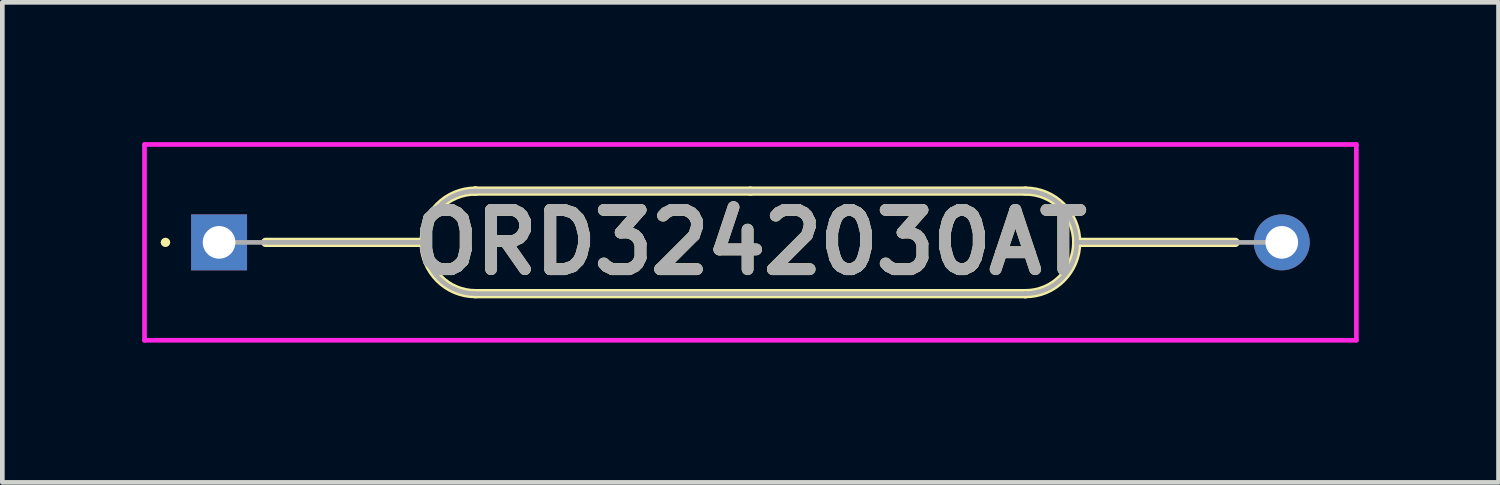
<source format=kicad_pcb>
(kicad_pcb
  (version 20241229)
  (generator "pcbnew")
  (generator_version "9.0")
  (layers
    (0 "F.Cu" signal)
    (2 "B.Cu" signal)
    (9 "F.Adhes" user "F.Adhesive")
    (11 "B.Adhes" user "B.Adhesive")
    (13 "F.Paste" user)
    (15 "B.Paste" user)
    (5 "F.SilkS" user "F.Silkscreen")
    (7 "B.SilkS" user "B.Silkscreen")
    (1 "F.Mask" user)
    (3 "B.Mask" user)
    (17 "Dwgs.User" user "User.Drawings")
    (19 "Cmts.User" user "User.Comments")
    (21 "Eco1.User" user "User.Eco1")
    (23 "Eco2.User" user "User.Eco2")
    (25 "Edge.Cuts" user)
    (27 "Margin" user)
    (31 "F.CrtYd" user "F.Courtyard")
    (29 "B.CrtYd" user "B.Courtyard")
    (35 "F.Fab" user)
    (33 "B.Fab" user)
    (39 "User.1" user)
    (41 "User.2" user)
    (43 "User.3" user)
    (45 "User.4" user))
  (footprint "ORD3242030AT"
    (layer "F.Cu")
    (at 1.65 2.15)
    (property "Reference" "ORD3242030AT" (at 11.4 0 0) (layer "F.SilkS") (effects (font (size 1.27 1.27) (thickness 0.254))))
    (attr through_hole)
    (fp_line (start -1.2 0) (end -1.2 0) (stroke (width 0.1) (type solid)) (layer "F.SilkS"))
    (fp_line (start -1.1 0) (end -1.1 0) (stroke (width 0.1) (type solid)) (layer "F.SilkS"))
    (fp_line (start 4.4 0) (end 1 0) (stroke (width 0.2) (type solid)) (layer "F.SilkS"))
    (fp_line (start 5.5 -1.1) (end 5.5 -1.1) (stroke (width 0.2) (type solid)) (layer "F.SilkS"))
    (fp_line (start 5.5 1.1) (end 17.3 1.1) (stroke (width 0.2) (type solid)) (layer "F.SilkS"))
    (fp_line (start 11.4 -1.1) (end 5.5 -1.1) (stroke (width 0.2) (type solid)) (layer "F.SilkS"))
    (fp_line (start 17.3 -1.1) (end 11.4 -1.1) (stroke (width 0.2) (type solid)) (layer "F.SilkS"))
    (fp_line (start 17.3 1.1) (end 17.3 1.1) (stroke (width 0.2) (type solid)) (layer "F.SilkS"))
    (fp_line (start 18.4 0) (end 21.8 0) (stroke (width 0.2) (type solid)) (layer "F.SilkS"))
    (fp_arc (start -1.2 0) (mid -1.15 -0.05) (end -1.1 0) (stroke (width 0.1) (type solid)) (layer "F.SilkS"))
    (fp_arc (start -1.1 0) (mid -1.15 0.05) (end -1.2 0) (stroke (width 0.1) (type solid)) (layer "F.SilkS"))
    (fp_arc (start 5.5 1.1) (mid 4.4 0) (end 5.5 -1.1) (stroke (width 0.2) (type solid)) (layer "F.SilkS"))
    (fp_arc (start 17.3 -1.1) (mid 18.4 0) (end 17.3 1.1) (stroke (width 0.2) (type solid)) (layer "F.SilkS"))
    (fp_line (start -1.6 -2.1) (end 24.4 -2.1) (stroke (width 0.1) (type solid)) (layer "F.CrtYd"))
    (fp_line (start -1.6 2.1) (end -1.6 -2.1) (stroke (width 0.1) (type solid)) (layer "F.CrtYd"))
    (fp_line (start 24.4 -2.1) (end 24.4 2.1) (stroke (width 0.1) (type solid)) (layer "F.CrtYd"))
    (fp_line (start 24.4 2.1) (end -1.6 2.1) (stroke (width 0.1) (type solid)) (layer "F.CrtYd"))
    (fp_line (start 0 0) (end 4.4 0) (stroke (width 0.1) (type solid)) (layer "F.Fab"))
    (fp_line (start 5.5 -1.1) (end 5.5 -1.1) (stroke (width 0.1) (type solid)) (layer "F.Fab"))
    (fp_line (start 5.5 1.1) (end 17.3 1.1) (stroke (width 0.1) (type solid)) (layer "F.Fab"))
    (fp_line (start 11.4 -1.1) (end 5.5 -1.1) (stroke (width 0.1) (type solid)) (layer "F.Fab"))
    (fp_line (start 17.3 -1.1) (end 11.4 -1.1) (stroke (width 0.1) (type solid)) (layer "F.Fab"))
    (fp_line (start 17.3 1.1) (end 17.3 1.1) (stroke (width 0.1) (type solid)) (layer "F.Fab"))
    (fp_line (start 22.8 0) (end 18.4 0) (stroke (width 0.1) (type solid)) (layer "F.Fab"))
    (fp_arc (start 5.5 1.1) (mid 4.4 0) (end 5.5 -1.1) (stroke (width 0.1) (type solid)) (layer "F.Fab"))
    (fp_arc (start 17.3 -1.1) (mid 18.4 0) (end 17.3 1.1) (stroke (width 0.1) (type solid)) (layer "F.Fab"))
    (fp_text user "${REFERENCE}" (at 11.4 0 0) (layer "F.Fab") (effects (font (size 1.27 1.27) (thickness 0.254))))
    (pad "1" thru_hole rect (at 0 0) (size 1.2 1.2) (drill 0.7) (layers "*.Cu" "*.Mask"))
    (pad "2" thru_hole circle (at 22.8 0) (size 1.2 1.2) (drill 0.7) (layers "*.Cu" "*.Mask")))
  (gr_rect
    (start -3 -3)
    (end 29.1 7.3)
    (stroke (width 0.1) (type default))
    (fill no)
    (layer "Edge.Cuts")))
</source>
